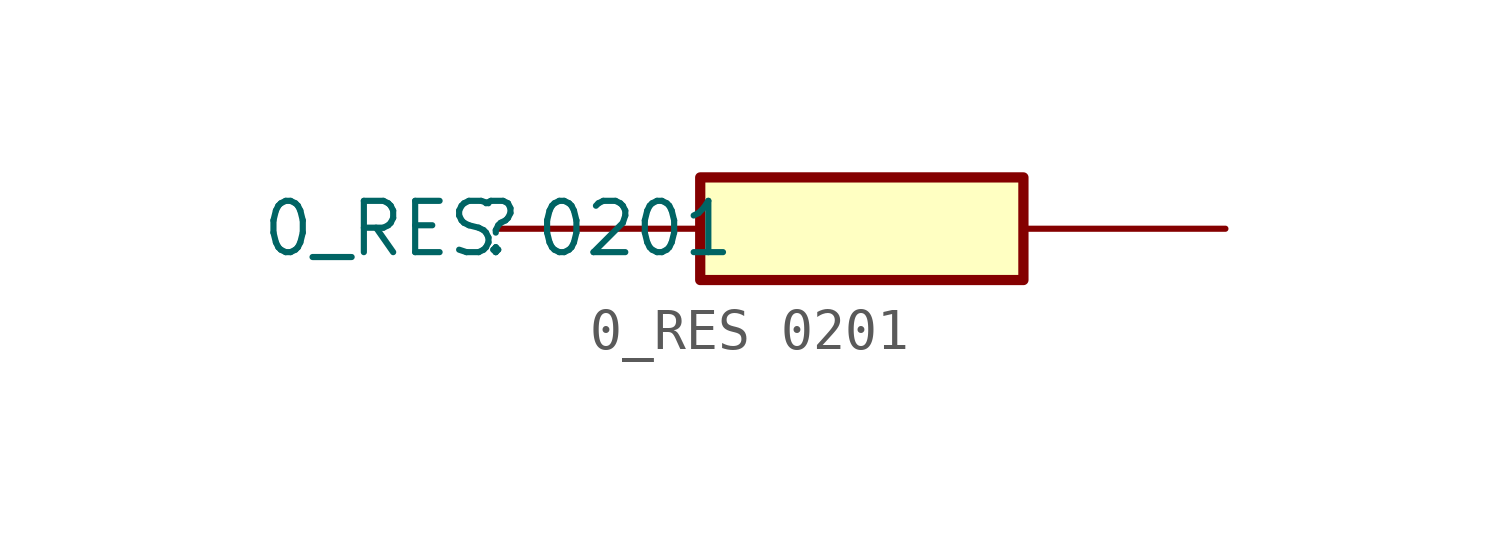
<source format=kicad_sym>
(kicad_symbol_lib
  (version 20210619)
  (generator kicad_symbol_editor)
  (symbol "e-verest-altium-import:0_RES 0201"
    (property "Reference" ""
      (at 0 0 0)
      (effects (font (size 1.27 1.27))))
    (property "Value" "0_RES 0201"
      (at 0 0 0)
      (effects (font (size 1.27 1.27))))
    (symbol "0_RES 0201_1_0"
      (rectangle (start 13 1.27) (end 5 -1.27) (stroke (width 0.254)) (fill (type background)))
      (pin passive line (at 18 0 180) (length 5) (name "2" (effects (font (size 0 0)))) (number "2" (effects (font (size 0 0)))))
      (pin passive line (at 0 0 0) (length 5) (name "1" (effects (font (size 0 0)))) (number "1" (effects (font (size 0 0))))))))
</source>
